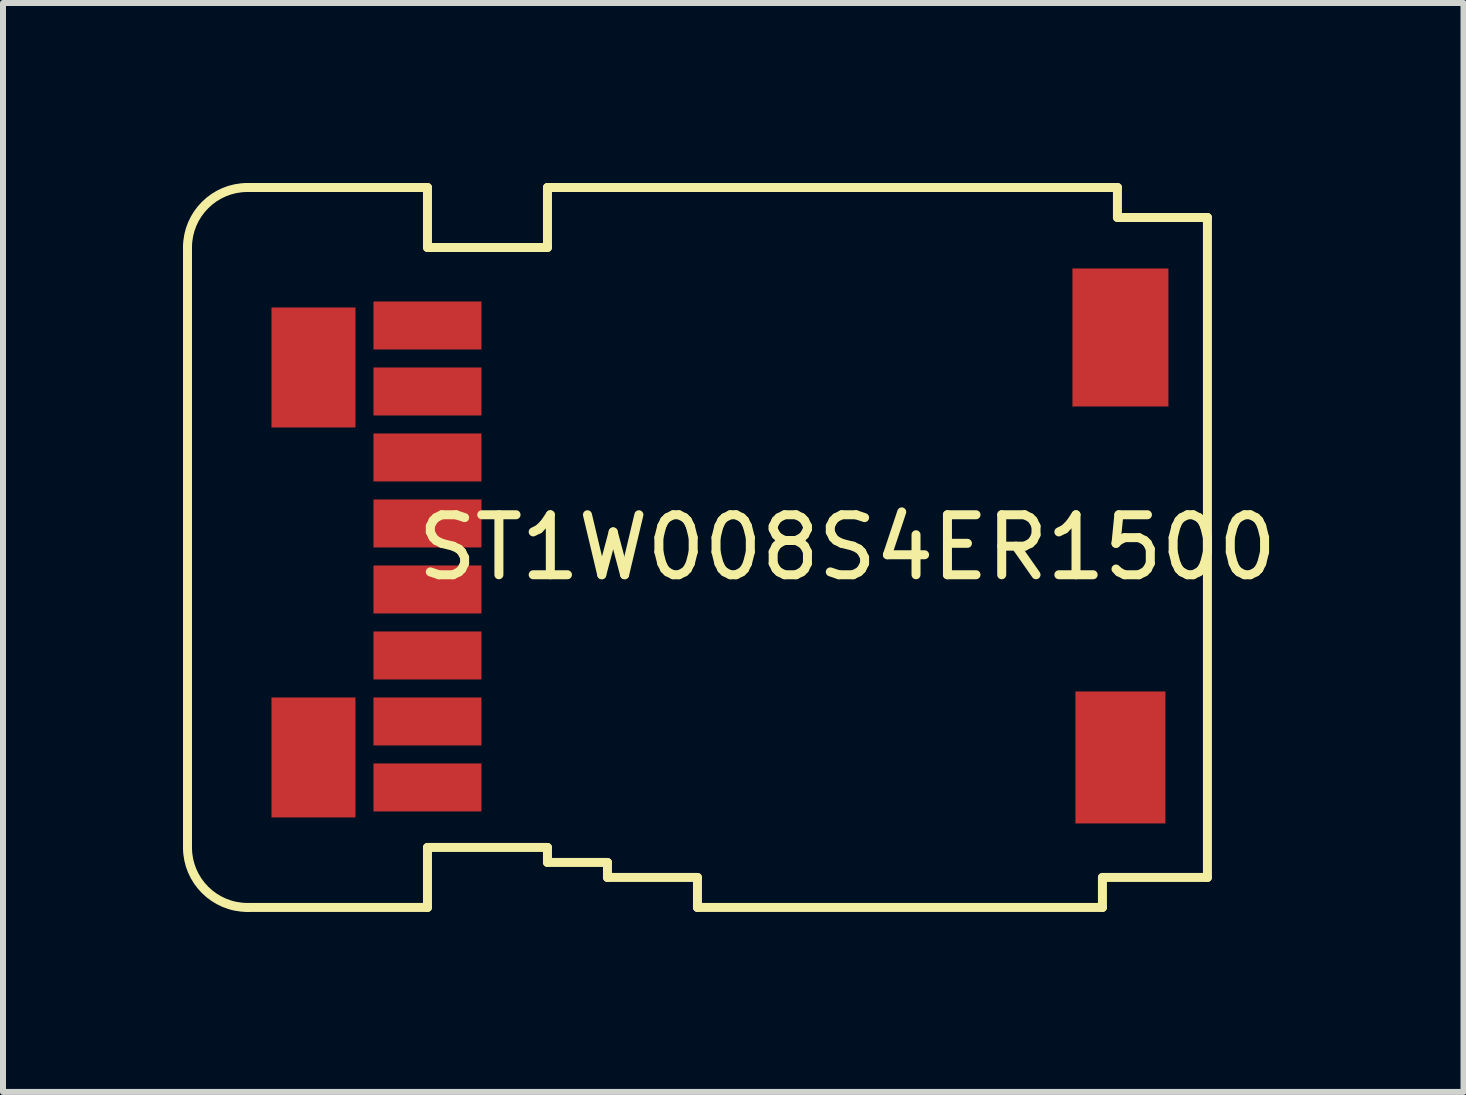
<source format=kicad_pcb>
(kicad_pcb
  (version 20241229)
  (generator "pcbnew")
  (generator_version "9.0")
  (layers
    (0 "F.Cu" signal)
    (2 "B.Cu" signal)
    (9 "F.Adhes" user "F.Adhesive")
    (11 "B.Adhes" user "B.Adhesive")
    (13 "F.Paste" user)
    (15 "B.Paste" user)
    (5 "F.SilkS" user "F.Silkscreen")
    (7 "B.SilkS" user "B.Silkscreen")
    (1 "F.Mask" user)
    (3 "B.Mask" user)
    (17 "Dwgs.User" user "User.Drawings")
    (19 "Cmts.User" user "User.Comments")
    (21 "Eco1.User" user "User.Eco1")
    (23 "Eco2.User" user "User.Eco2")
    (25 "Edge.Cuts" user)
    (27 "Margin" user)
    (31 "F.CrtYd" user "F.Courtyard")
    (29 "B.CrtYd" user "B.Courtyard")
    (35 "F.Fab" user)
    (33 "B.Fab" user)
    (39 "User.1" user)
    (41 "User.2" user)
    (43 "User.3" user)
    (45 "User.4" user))
  (footprint "ST1W008S4ER1500"
    (layer "F.Cu")
    (at 4.075 10.075)
    (property "Reference" "ST1W008S4ER1500" (at 7 -4 0) (layer "F.SilkS") (effects (font (size 1 1) (thickness 0.15))))
    (attr through_hole)
    (fp_line (start -4 -9) (end -4 1) (stroke (width 0.15) (type solid)) (layer "F.SilkS"))
    (fp_line (start -3 -10) (end 0 -10) (stroke (width 0.15) (type solid)) (layer "F.SilkS"))
    (fp_line (start 0 -10) (end 0 -9) (stroke (width 0.15) (type solid)) (layer "F.SilkS"))
    (fp_line (start 0 -9) (end 2 -9) (stroke (width 0.15) (type solid)) (layer "F.SilkS"))
    (fp_line (start 0 1) (end 2 1) (stroke (width 0.15) (type solid)) (layer "F.SilkS"))
    (fp_line (start 0 2) (end -3 2) (stroke (width 0.15) (type solid)) (layer "F.SilkS"))
    (fp_line (start 0 2) (end 0 1) (stroke (width 0.15) (type solid)) (layer "F.SilkS"))
    (fp_line (start 2 -10) (end 11.5 -10) (stroke (width 0.15) (type solid)) (layer "F.SilkS"))
    (fp_line (start 2 -9) (end 2 -10) (stroke (width 0.15) (type solid)) (layer "F.SilkS"))
    (fp_line (start 2 1) (end 2 1.25) (stroke (width 0.15) (type solid)) (layer "F.SilkS"))
    (fp_line (start 2 1.25) (end 3 1.25) (stroke (width 0.15) (type solid)) (layer "F.SilkS"))
    (fp_line (start 3 1.25) (end 3 1.5) (stroke (width 0.15) (type solid)) (layer "F.SilkS"))
    (fp_line (start 3 1.5) (end 4.5 1.5) (stroke (width 0.15) (type solid)) (layer "F.SilkS"))
    (fp_line (start 4.5 1.5) (end 4.5 2) (stroke (width 0.15) (type solid)) (layer "F.SilkS"))
    (fp_line (start 11.25 1.5) (end 13 1.5) (stroke (width 0.15) (type solid)) (layer "F.SilkS"))
    (fp_line (start 11.25 2) (end 4.5 2) (stroke (width 0.15) (type solid)) (layer "F.SilkS"))
    (fp_line (start 11.25 2) (end 11.25 1.5) (stroke (width 0.15) (type solid)) (layer "F.SilkS"))
    (fp_line (start 11.5 -10) (end 11.5 -9.5) (stroke (width 0.15) (type solid)) (layer "F.SilkS"))
    (fp_line (start 11.5 -9.5) (end 13 -9.5) (stroke (width 0.15) (type solid)) (layer "F.SilkS"))
    (fp_line (start 13 -9.5) (end 13 1.5) (stroke (width 0.15) (type solid)) (layer "F.SilkS"))
    (fp_arc (start -4 -9) (mid -3.707107 -9.707107) (end -3 -10) (stroke (width 0.15) (type solid)) (layer "F.SilkS"))
    (fp_arc (start -3 2) (mid -3.707107 1.707107) (end -4 1) (stroke (width 0.15) (type solid)) (layer "F.SilkS"))
    (pad "1" smd rect (at 0 0) (size 1.8 0.8) (layers "F.Cu" "F.Mask" "F.Paste"))
    (pad "2" smd rect (at 0 -1.1) (size 1.8 0.8) (layers "F.Cu" "F.Mask" "F.Paste"))
    (pad "3" smd rect (at 0 -2.2) (size 1.8 0.8) (layers "F.Cu" "F.Mask" "F.Paste"))
    (pad "4" smd rect (at 0 -3.3) (size 1.8 0.8) (layers "F.Cu" "F.Mask" "F.Paste"))
    (pad "5" smd rect (at 0 -4.4) (size 1.8 0.8) (layers "F.Cu" "F.Mask" "F.Paste"))
    (pad "6" smd rect (at 0 -5.5) (size 1.8 0.8) (layers "F.Cu" "F.Mask" "F.Paste"))
    (pad "7" smd rect (at 0 -6.6) (size 1.8 0.8) (layers "F.Cu" "F.Mask" "F.Paste"))
    (pad "8" smd rect (at 0 -7.7) (size 1.8 0.8) (layers "F.Cu" "F.Mask" "F.Paste"))
    (pad "9" smd rect (at -1.9 0) (size 1.4 2) (drill (offset 0 -0.5)) (layers "F.Cu" "F.Mask" "F.Paste"))
    (pad "10" smd rect (at -1.9 -7) (size 1.4 2) (layers "F.Cu" "F.Mask" "F.Paste"))
    (pad "12" smd rect (at 11.55 -7.5) (size 1.6 2.3) (layers "F.Cu" "F.Mask" "F.Paste"))
    (pad "13" smd rect (at 11.55 -1) (size 1.5 2.2) (drill (offset 0 0.5)) (layers "F.Cu" "F.Mask" "F.Paste")))
  (gr_rect
    (start -3 -3)
    (end 21.343 15.15)
    (stroke (width 0.1) (type default))
    (fill no)
    (layer "Edge.Cuts")))
</source>
